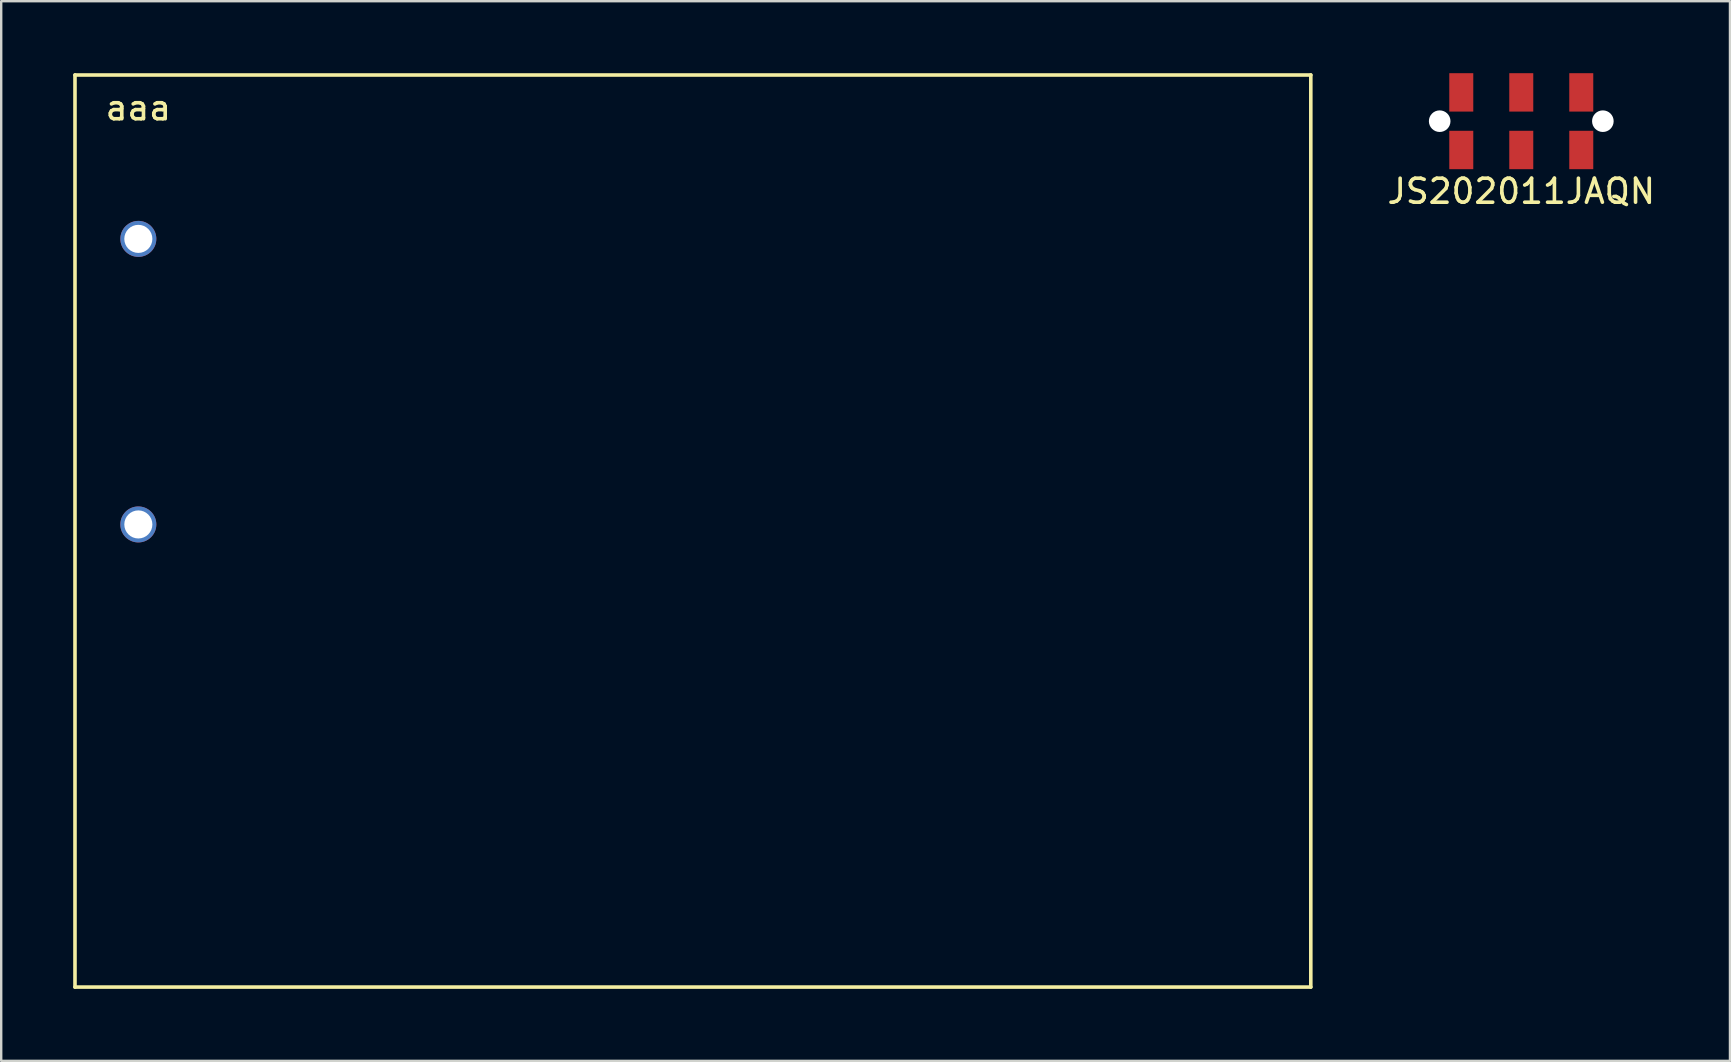
<source format=kicad_pcb>
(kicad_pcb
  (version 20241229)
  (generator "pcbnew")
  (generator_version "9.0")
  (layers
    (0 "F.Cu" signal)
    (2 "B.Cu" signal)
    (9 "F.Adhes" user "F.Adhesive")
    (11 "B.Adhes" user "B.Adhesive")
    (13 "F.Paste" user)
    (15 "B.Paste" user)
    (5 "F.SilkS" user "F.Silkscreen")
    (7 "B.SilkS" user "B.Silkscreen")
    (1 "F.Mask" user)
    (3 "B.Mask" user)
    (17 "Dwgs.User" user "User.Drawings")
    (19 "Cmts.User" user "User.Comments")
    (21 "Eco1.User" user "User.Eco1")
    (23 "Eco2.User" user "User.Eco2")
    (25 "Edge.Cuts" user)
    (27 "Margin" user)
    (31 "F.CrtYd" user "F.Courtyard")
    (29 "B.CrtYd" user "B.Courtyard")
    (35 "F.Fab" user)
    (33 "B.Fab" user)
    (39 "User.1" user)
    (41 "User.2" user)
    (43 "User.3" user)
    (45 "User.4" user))
  (footprint "aaa"
    (layer "F.Cu")
    (at 2.715 6.905)
    (property "Reference" "aaa" (at 0 -5.461 0) (layer "F.SilkS") (effects (font (size 1 1) (thickness 0.15))))
    (attr through_hole)
    (fp_line (start -2.64 -6.83) (end -2.64 31.18) (stroke (width 0.15) (type solid)) (layer "F.SilkS"))
    (fp_line (start -2.64 -6.83) (end 48.86 -6.83) (stroke (width 0.15) (type solid)) (layer "F.SilkS"))
    (fp_line (start -2.64 31.18) (end 48.86 31.18) (stroke (width 0.15) (type solid)) (layer "F.SilkS"))
    (fp_line (start 48.86 -6.83) (end 48.86 31.18) (stroke (width 0.15) (type solid)) (layer "F.SilkS"))
    (pad "1" thru_hole circle (at 0 0) (size 1.5 1.5) (drill 1.17) (layers "*.Cu" "*.Mask"))
    (pad "2" thru_hole circle (at 0 11.9) (size 1.5 1.5) (drill 1.17) (layers "*.Cu" "*.Mask")))
  (footprint "JS202011JAQN"
    (layer "F.Cu")
    (at 60.346 2)
    (property "Reference" "JS202011JAQN" (at 0 2.921 0) (layer "F.SilkS") (effects (font (size 1 1) (thickness 0.15))))
    (attr through_hole)
    (pad "" np_thru_hole circle (at -3.4 0) (size 0.9 0.9) (drill 0.9) (layers "*.Cu" "*.Mask"))
    (pad "" np_thru_hole circle (at 3.4 0) (size 0.9 0.9) (drill 0.9) (layers "*.Cu" "*.Mask"))
    (pad "1" smd rect (at -2.5 -1.2) (size 1 1.6) (layers "F.Cu" "F.Mask" "F.Paste"))
    (pad "1" smd rect (at -2.5 1.2) (size 1 1.6) (layers "F.Cu" "F.Mask" "F.Paste"))
    (pad "2" smd rect (at 0 -1.2) (size 1 1.6) (layers "F.Cu" "F.Mask" "F.Paste"))
    (pad "2" smd rect (at 0 1.2) (size 1 1.6) (layers "F.Cu" "F.Mask" "F.Paste"))
    (pad "3" smd rect (at 2.5 -1.2) (size 1 1.6) (layers "F.Cu" "F.Mask" "F.Paste"))
    (pad "3" smd rect (at 2.5 1.2) (size 1 1.6) (layers "F.Cu" "F.Mask" "F.Paste")))
  (gr_rect
    (start -3 -3)
    (end 69.043 41.16)
    (stroke (width 0.1) (type default))
    (fill no)
    (layer "Edge.Cuts")))
</source>
